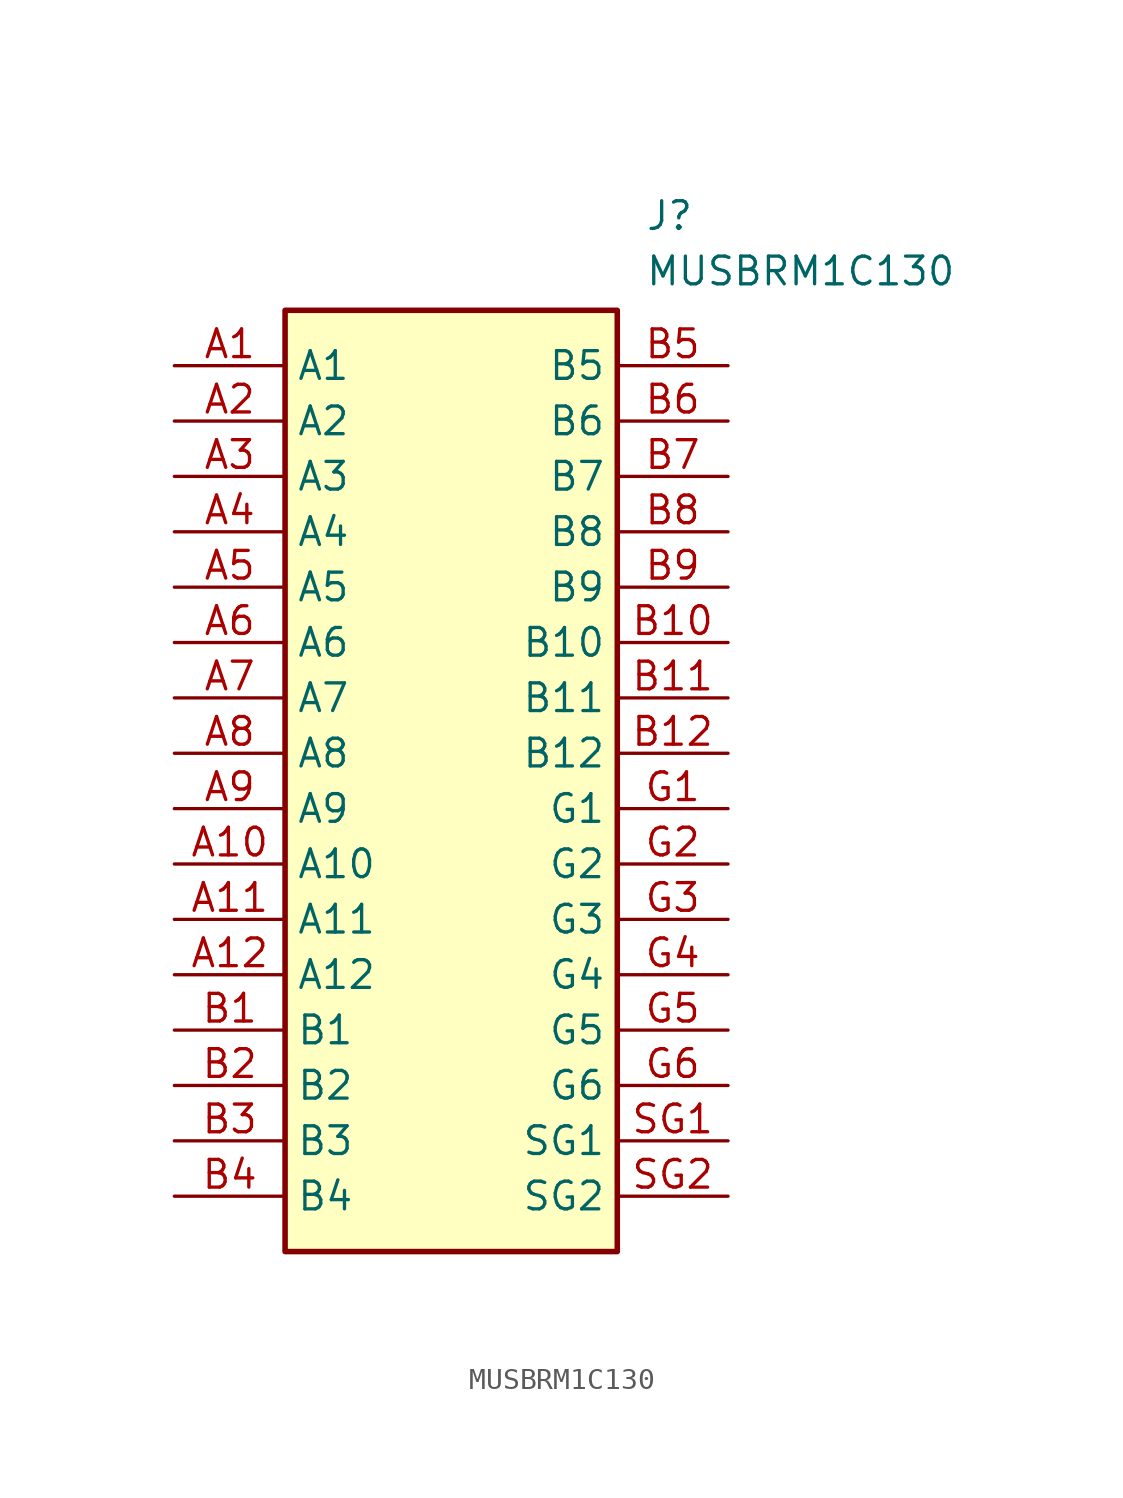
<source format=kicad_sym>
(kicad_symbol_lib
  (version 20211014)
  (generator SamacSys_ECAD_Model)
  (symbol "MUSBRM1C130"
    (property "Reference" "J"
      (at 21.59 7.62 0)
      (effects (font (size 1.27 1.27)) (justify left top)))
    (property "Value" "MUSBRM1C130"
      (at 21.59 5.08 0)
      (effects (font (size 1.27 1.27)) (justify left top)))
    (rectangle
      (start 5.08 2.54)
      (end 20.32 -40.64)
      (stroke (width 0.254) (type default))
      (fill (type background)))
    (pin passive line
      (at 0 0 0)
      (length 5.08)
      (name "A1" (effects (font (size 1.27 1.27))))
      (number "A1" (effects (font (size 1.27 1.27)))))
    (pin passive line
      (at 0 -2.54 0)
      (length 5.08)
      (name "A2" (effects (font (size 1.27 1.27))))
      (number "A2" (effects (font (size 1.27 1.27)))))
    (pin passive line
      (at 0 -5.08 0)
      (length 5.08)
      (name "A3" (effects (font (size 1.27 1.27))))
      (number "A3" (effects (font (size 1.27 1.27)))))
    (pin passive line
      (at 0 -7.62 0)
      (length 5.08)
      (name "A4" (effects (font (size 1.27 1.27))))
      (number "A4" (effects (font (size 1.27 1.27)))))
    (pin passive line
      (at 0 -10.16 0)
      (length 5.08)
      (name "A5" (effects (font (size 1.27 1.27))))
      (number "A5" (effects (font (size 1.27 1.27)))))
    (pin passive line
      (at 0 -12.7 0)
      (length 5.08)
      (name "A6" (effects (font (size 1.27 1.27))))
      (number "A6" (effects (font (size 1.27 1.27)))))
    (pin passive line
      (at 0 -15.24 0)
      (length 5.08)
      (name "A7" (effects (font (size 1.27 1.27))))
      (number "A7" (effects (font (size 1.27 1.27)))))
    (pin passive line
      (at 0 -17.78 0)
      (length 5.08)
      (name "A8" (effects (font (size 1.27 1.27))))
      (number "A8" (effects (font (size 1.27 1.27)))))
    (pin passive line
      (at 0 -20.32 0)
      (length 5.08)
      (name "A9" (effects (font (size 1.27 1.27))))
      (number "A9" (effects (font (size 1.27 1.27)))))
    (pin passive line
      (at 0 -22.86 0)
      (length 5.08)
      (name "A10" (effects (font (size 1.27 1.27))))
      (number "A10" (effects (font (size 1.27 1.27)))))
    (pin passive line
      (at 0 -25.4 0)
      (length 5.08)
      (name "A11" (effects (font (size 1.27 1.27))))
      (number "A11" (effects (font (size 1.27 1.27)))))
    (pin passive line
      (at 0 -27.94 0)
      (length 5.08)
      (name "A12" (effects (font (size 1.27 1.27))))
      (number "A12" (effects (font (size 1.27 1.27)))))
    (pin passive line
      (at 0 -30.48 0)
      (length 5.08)
      (name "B1" (effects (font (size 1.27 1.27))))
      (number "B1" (effects (font (size 1.27 1.27)))))
    (pin passive line
      (at 0 -33.02 0)
      (length 5.08)
      (name "B2" (effects (font (size 1.27 1.27))))
      (number "B2" (effects (font (size 1.27 1.27)))))
    (pin passive line
      (at 0 -35.56 0)
      (length 5.08)
      (name "B3" (effects (font (size 1.27 1.27))))
      (number "B3" (effects (font (size 1.27 1.27)))))
    (pin passive line
      (at 0 -38.1 0)
      (length 5.08)
      (name "B4" (effects (font (size 1.27 1.27))))
      (number "B4" (effects (font (size 1.27 1.27)))))
    (pin passive line
      (at 25.4 0 180)
      (length 5.08)
      (name "B5" (effects (font (size 1.27 1.27))))
      (number "B5" (effects (font (size 1.27 1.27)))))
    (pin passive line
      (at 25.4 -2.54 180)
      (length 5.08)
      (name "B6" (effects (font (size 1.27 1.27))))
      (number "B6" (effects (font (size 1.27 1.27)))))
    (pin passive line
      (at 25.4 -5.08 180)
      (length 5.08)
      (name "B7" (effects (font (size 1.27 1.27))))
      (number "B7" (effects (font (size 1.27 1.27)))))
    (pin passive line
      (at 25.4 -7.62 180)
      (length 5.08)
      (name "B8" (effects (font (size 1.27 1.27))))
      (number "B8" (effects (font (size 1.27 1.27)))))
    (pin passive line
      (at 25.4 -10.16 180)
      (length 5.08)
      (name "B9" (effects (font (size 1.27 1.27))))
      (number "B9" (effects (font (size 1.27 1.27)))))
    (pin passive line
      (at 25.4 -12.7 180)
      (length 5.08)
      (name "B10" (effects (font (size 1.27 1.27))))
      (number "B10" (effects (font (size 1.27 1.27)))))
    (pin passive line
      (at 25.4 -15.24 180)
      (length 5.08)
      (name "B11" (effects (font (size 1.27 1.27))))
      (number "B11" (effects (font (size 1.27 1.27)))))
    (pin passive line
      (at 25.4 -17.78 180)
      (length 5.08)
      (name "B12" (effects (font (size 1.27 1.27))))
      (number "B12" (effects (font (size 1.27 1.27)))))
    (pin passive line
      (at 25.4 -20.32 180)
      (length 5.08)
      (name "G1" (effects (font (size 1.27 1.27))))
      (number "G1" (effects (font (size 1.27 1.27)))))
    (pin passive line
      (at 25.4 -22.86 180)
      (length 5.08)
      (name "G2" (effects (font (size 1.27 1.27))))
      (number "G2" (effects (font (size 1.27 1.27)))))
    (pin passive line
      (at 25.4 -25.4 180)
      (length 5.08)
      (name "G3" (effects (font (size 1.27 1.27))))
      (number "G3" (effects (font (size 1.27 1.27)))))
    (pin passive line
      (at 25.4 -27.94 180)
      (length 5.08)
      (name "G4" (effects (font (size 1.27 1.27))))
      (number "G4" (effects (font (size 1.27 1.27)))))
    (pin passive line
      (at 25.4 -30.48 180)
      (length 5.08)
      (name "G5" (effects (font (size 1.27 1.27))))
      (number "G5" (effects (font (size 1.27 1.27)))))
    (pin passive line
      (at 25.4 -33.02 180)
      (length 5.08)
      (name "G6" (effects (font (size 1.27 1.27))))
      (number "G6" (effects (font (size 1.27 1.27)))))
    (pin passive line
      (at 25.4 -35.56 180)
      (length 5.08)
      (name "SG1" (effects (font (size 1.27 1.27))))
      (number "SG1" (effects (font (size 1.27 1.27)))))
    (pin passive line
      (at 25.4 -38.1 180)
      (length 5.08)
      (name "SG2" (effects (font (size 1.27 1.27))))
      (number "SG2" (effects (font (size 1.27 1.27)))))))
</source>
